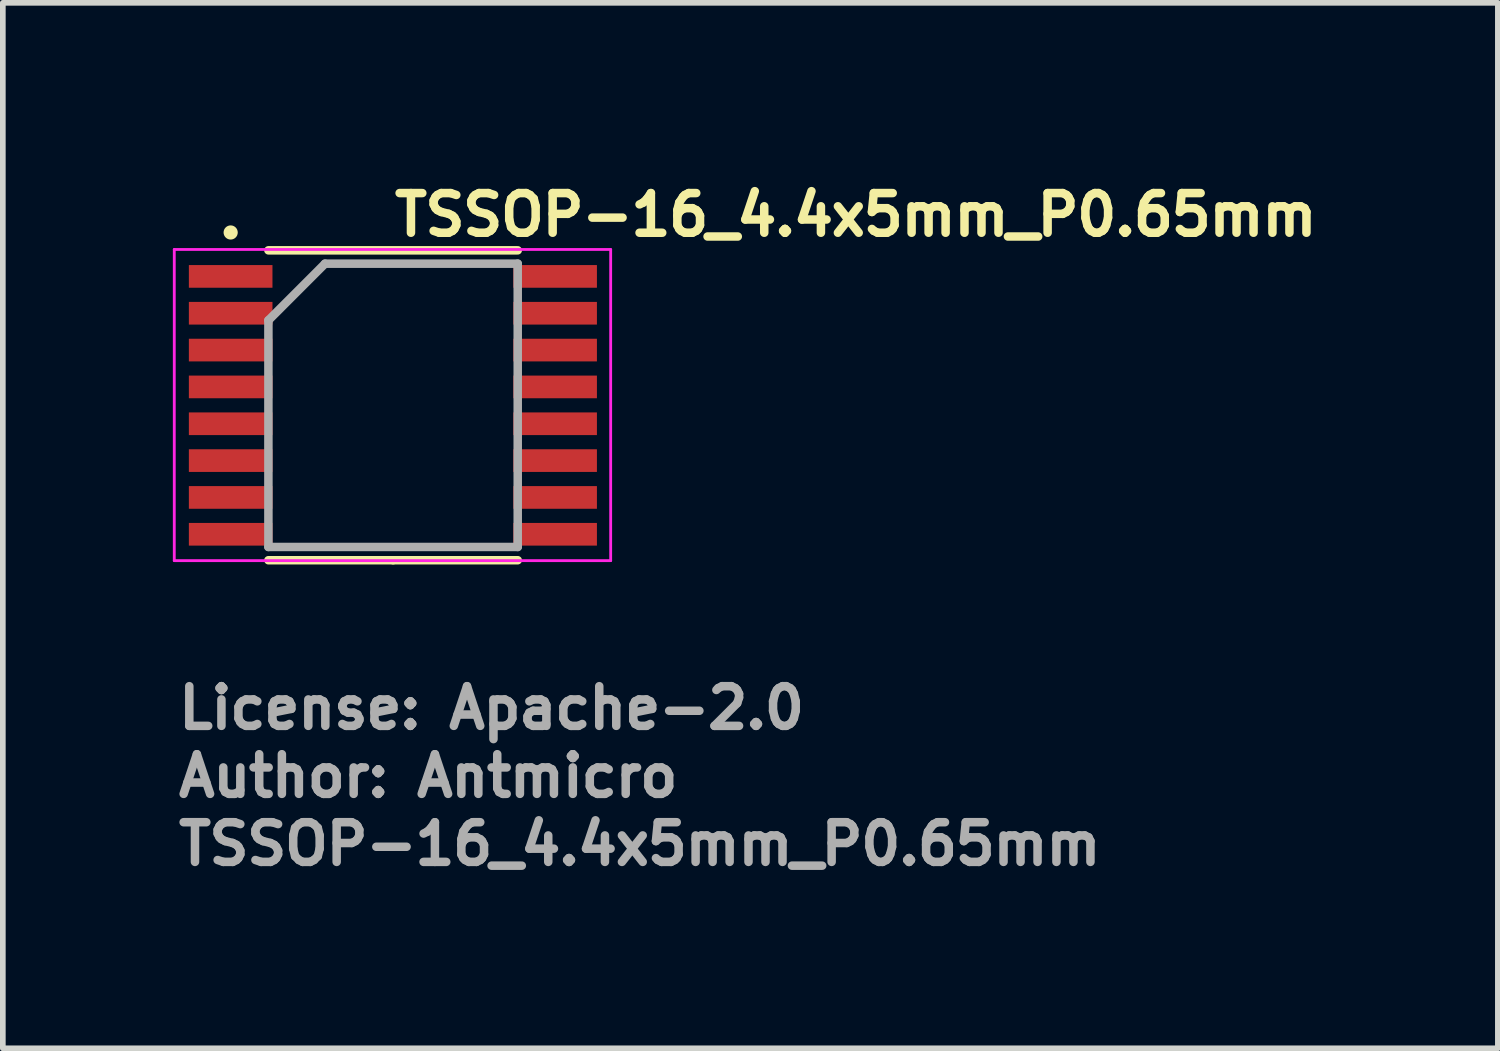
<source format=kicad_pcb>
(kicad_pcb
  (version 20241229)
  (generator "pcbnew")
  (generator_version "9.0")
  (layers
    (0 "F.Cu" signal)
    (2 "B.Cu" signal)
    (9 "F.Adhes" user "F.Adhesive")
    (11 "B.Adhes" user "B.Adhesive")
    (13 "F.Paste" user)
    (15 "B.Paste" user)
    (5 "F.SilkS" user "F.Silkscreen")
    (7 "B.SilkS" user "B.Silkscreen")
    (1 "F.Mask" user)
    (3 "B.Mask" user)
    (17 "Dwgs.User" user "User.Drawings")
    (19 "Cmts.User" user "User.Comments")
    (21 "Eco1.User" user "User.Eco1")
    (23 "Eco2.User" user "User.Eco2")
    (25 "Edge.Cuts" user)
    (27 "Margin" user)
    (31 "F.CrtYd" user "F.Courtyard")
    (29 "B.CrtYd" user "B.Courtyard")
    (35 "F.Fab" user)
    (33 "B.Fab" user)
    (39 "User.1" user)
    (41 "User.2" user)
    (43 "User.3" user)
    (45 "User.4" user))
  (footprint "TSSOP-16_4.4x5mm_P0.65mm"
    (layer "F.Cu")
    (at 3.835 4.102)
    (property "Reference" "TSSOP-16_4.4x5mm_P0.65mm" (at 0.001 -2.952 0) (layer "F.SilkS") (effects (font (size 0.7 0.7) (thickness 0.15)) (justify left bottom)))
    (attr smd)
    (fp_line (start -2.149 -2.735) (end 2.25 -2.735) (stroke (width 0.15) (type solid)) (layer "F.SilkS"))
    (fp_line (start 0.051 2.733) (end -2.149 2.733) (stroke (width 0.15) (type solid)) (layer "F.SilkS"))
    (fp_line (start 0.051 2.733) (end 2.25 2.733) (stroke (width 0.15) (type solid)) (layer "F.SilkS"))
    (fp_circle (center -2.815 -3.05) (end -2.765 -3.05) (stroke (width 0.15) (type solid)) (fill yes) (layer "F.SilkS"))
    (fp_line (start -3.81 -2.75) (end -3.81 2.74) (stroke (width 0.05) (type solid)) (layer "F.CrtYd"))
    (fp_line (start -3.81 2.74) (end 3.89 2.74) (stroke (width 0.05) (type solid)) (layer "F.CrtYd"))
    (fp_line (start 3.89 -2.75) (end -3.81 -2.75) (stroke (width 0.05) (type solid)) (layer "F.CrtYd"))
    (fp_line (start 3.89 2.74) (end 3.89 -2.75) (stroke (width 0.05) (type solid)) (layer "F.CrtYd"))
    (fp_line (start -2.149 -1.5) (end -1.15 -2.5) (stroke (width 0.15) (type solid)) (layer "F.Fab"))
    (fp_line (start -2.149 2.499) (end -2.149 -1.5) (stroke (width 0.15) (type solid)) (layer "F.Fab"))
    (fp_line (start -1.15 -2.5) (end 2.25 -2.5) (stroke (width 0.15) (type solid)) (layer "F.Fab"))
    (fp_line (start 2.25 -2.5) (end 2.25 2.499) (stroke (width 0.15) (type solid)) (layer "F.Fab"))
    (fp_line (start 2.25 2.499) (end -2.149 2.499) (stroke (width 0.15) (type solid)) (layer "F.Fab"))
    (fp_rect (start -3.201 -2.5) (end 3.201 2.499) (stroke (width 0.1) (type solid)) (fill no) (layer "User.5"))
    (fp_line (start -3.201 -2.153) (end -3.201 -2.399) (stroke (width 0.02) (type solid)) (layer "User.9"))
    (fp_line (start -3.201 -1.504) (end -3.201 -1.748) (stroke (width 0.02) (type solid)) (layer "User.9"))
    (fp_line (start -3.201 -0.853) (end -3.201 -1.099) (stroke (width 0.02) (type solid)) (layer "User.9"))
    (fp_line (start -3.201 -0.204) (end -3.201 -0.448) (stroke (width 0.02) (type solid)) (layer "User.9"))
    (fp_line (start -3.201 0.446) (end -3.201 0.202) (stroke (width 0.02) (type solid)) (layer "User.9"))
    (fp_line (start -3.201 1.096) (end -3.201 0.851) (stroke (width 0.02) (type solid)) (layer "User.9"))
    (fp_line (start -3.201 1.747) (end -3.201 1.501) (stroke (width 0.02) (type solid)) (layer "User.9"))
    (fp_line (start -3.201 2.397) (end -3.201 2.152) (stroke (width 0.02) (type solid)) (layer "User.9"))
    (fp_line (start -2.826 -2.399) (end -3.201 -2.399) (stroke (width 0.02) (type solid)) (layer "User.9"))
    (fp_line (start -2.826 -2.153) (end -3.201 -2.153) (stroke (width 0.02) (type solid)) (layer "User.9"))
    (fp_line (start -2.826 -1.748) (end -3.201 -1.748) (stroke (width 0.02) (type solid)) (layer "User.9"))
    (fp_line (start -2.826 -1.504) (end -3.201 -1.504) (stroke (width 0.02) (type solid)) (layer "User.9"))
    (fp_line (start -2.826 -1.099) (end -3.201 -1.099) (stroke (width 0.02) (type solid)) (layer "User.9"))
    (fp_line (start -2.826 -0.853) (end -3.201 -0.853) (stroke (width 0.02) (type solid)) (layer "User.9"))
    (fp_line (start -2.826 -0.448) (end -3.201 -0.448) (stroke (width 0.02) (type solid)) (layer "User.9"))
    (fp_line (start -2.826 -0.204) (end -3.201 -0.204) (stroke (width 0.02) (type solid)) (layer "User.9"))
    (fp_line (start -2.826 0.202) (end -3.201 0.202) (stroke (width 0.02) (type solid)) (layer "User.9"))
    (fp_line (start -2.826 0.446) (end -3.201 0.446) (stroke (width 0.02) (type solid)) (layer "User.9"))
    (fp_line (start -2.826 0.851) (end -3.201 0.851) (stroke (width 0.02) (type solid)) (layer "User.9"))
    (fp_line (start -2.826 1.096) (end -3.201 1.096) (stroke (width 0.02) (type solid)) (layer "User.9"))
    (fp_line (start -2.826 1.501) (end -3.201 1.501) (stroke (width 0.02) (type solid)) (layer "User.9"))
    (fp_line (start -2.826 1.747) (end -3.201 1.747) (stroke (width 0.02) (type solid)) (layer "User.9"))
    (fp_line (start -2.826 2.152) (end -3.201 2.152) (stroke (width 0.02) (type solid)) (layer "User.9"))
    (fp_line (start -2.826 2.397) (end -3.201 2.397) (stroke (width 0.02) (type solid)) (layer "User.9"))
    (fp_line (start -2.724 -2.399) (end -2.826 -2.399) (stroke (width 0.02) (type solid)) (layer "User.9"))
    (fp_line (start -2.724 -2.153) (end -2.826 -2.153) (stroke (width 0.02) (type solid)) (layer "User.9"))
    (fp_line (start -2.724 -1.748) (end -2.826 -1.748) (stroke (width 0.02) (type solid)) (layer "User.9"))
    (fp_line (start -2.724 -1.504) (end -2.826 -1.504) (stroke (width 0.02) (type solid)) (layer "User.9"))
    (fp_line (start -2.724 -1.099) (end -2.826 -1.099) (stroke (width 0.02) (type solid)) (layer "User.9"))
    (fp_line (start -2.724 -0.853) (end -2.826 -0.853) (stroke (width 0.02) (type solid)) (layer "User.9"))
    (fp_line (start -2.724 -0.448) (end -2.826 -0.448) (stroke (width 0.02) (type solid)) (layer "User.9"))
    (fp_line (start -2.724 -0.204) (end -2.826 -0.204) (stroke (width 0.02) (type solid)) (layer "User.9"))
    (fp_line (start -2.724 0.202) (end -2.826 0.202) (stroke (width 0.02) (type solid)) (layer "User.9"))
    (fp_line (start -2.724 0.446) (end -2.826 0.446) (stroke (width 0.02) (type solid)) (layer "User.9"))
    (fp_line (start -2.724 0.851) (end -2.826 0.851) (stroke (width 0.02) (type solid)) (layer "User.9"))
    (fp_line (start -2.724 1.096) (end -2.826 1.096) (stroke (width 0.02) (type solid)) (layer "User.9"))
    (fp_line (start -2.724 1.501) (end -2.826 1.501) (stroke (width 0.02) (type solid)) (layer "User.9"))
    (fp_line (start -2.724 1.747) (end -2.826 1.747) (stroke (width 0.02) (type solid)) (layer "User.9"))
    (fp_line (start -2.724 2.152) (end -2.826 2.152) (stroke (width 0.02) (type solid)) (layer "User.9"))
    (fp_line (start -2.724 2.397) (end -2.826 2.397) (stroke (width 0.02) (type solid)) (layer "User.9"))
    (fp_line (start -2.688 -2.399) (end -2.724 -2.399) (stroke (width 0.02) (type solid)) (layer "User.9"))
    (fp_line (start -2.688 -2.153) (end -2.724 -2.153) (stroke (width 0.02) (type solid)) (layer "User.9"))
    (fp_line (start -2.688 -1.748) (end -2.724 -1.748) (stroke (width 0.02) (type solid)) (layer "User.9"))
    (fp_line (start -2.688 -1.504) (end -2.724 -1.504) (stroke (width 0.02) (type solid)) (layer "User.9"))
    (fp_line (start -2.688 -1.099) (end -2.724 -1.099) (stroke (width 0.02) (type solid)) (layer "User.9"))
    (fp_line (start -2.688 -0.853) (end -2.724 -0.853) (stroke (width 0.02) (type solid)) (layer "User.9"))
    (fp_line (start -2.688 -0.448) (end -2.724 -0.448) (stroke (width 0.02) (type solid)) (layer "User.9"))
    (fp_line (start -2.688 -0.204) (end -2.724 -0.204) (stroke (width 0.02) (type solid)) (layer "User.9"))
    (fp_line (start -2.688 0.202) (end -2.724 0.202) (stroke (width 0.02) (type solid)) (layer "User.9"))
    (fp_line (start -2.688 0.446) (end -2.724 0.446) (stroke (width 0.02) (type solid)) (layer "User.9"))
    (fp_line (start -2.688 0.851) (end -2.724 0.851) (stroke (width 0.02) (type solid)) (layer "User.9"))
    (fp_line (start -2.688 1.096) (end -2.724 1.096) (stroke (width 0.02) (type solid)) (layer "User.9"))
    (fp_line (start -2.688 1.501) (end -2.724 1.501) (stroke (width 0.02) (type solid)) (layer "User.9"))
    (fp_line (start -2.688 1.747) (end -2.724 1.747) (stroke (width 0.02) (type solid)) (layer "User.9"))
    (fp_line (start -2.688 2.152) (end -2.724 2.152) (stroke (width 0.02) (type solid)) (layer "User.9"))
    (fp_line (start -2.688 2.397) (end -2.724 2.397) (stroke (width 0.02) (type solid)) (layer "User.9"))
    (fp_line (start -2.43 -2.399) (end -2.688 -2.399) (stroke (width 0.02) (type solid)) (layer "User.9"))
    (fp_line (start -2.43 -2.153) (end -2.688 -2.153) (stroke (width 0.02) (type solid)) (layer "User.9"))
    (fp_line (start -2.43 -1.748) (end -2.688 -1.748) (stroke (width 0.02) (type solid)) (layer "User.9"))
    (fp_line (start -2.43 -1.504) (end -2.688 -1.504) (stroke (width 0.02) (type solid)) (layer "User.9"))
    (fp_line (start -2.43 -1.099) (end -2.688 -1.099) (stroke (width 0.02) (type solid)) (layer "User.9"))
    (fp_line (start -2.43 -0.853) (end -2.688 -0.853) (stroke (width 0.02) (type solid)) (layer "User.9"))
    (fp_line (start -2.43 -0.448) (end -2.688 -0.448) (stroke (width 0.02) (type solid)) (layer "User.9"))
    (fp_line (start -2.43 -0.204) (end -2.688 -0.204) (stroke (width 0.02) (type solid)) (layer "User.9"))
    (fp_line (start -2.43 0.202) (end -2.688 0.202) (stroke (width 0.02) (type solid)) (layer "User.9"))
    (fp_line (start -2.43 0.446) (end -2.688 0.446) (stroke (width 0.02) (type solid)) (layer "User.9"))
    (fp_line (start -2.43 0.851) (end -2.688 0.851) (stroke (width 0.02) (type solid)) (layer "User.9"))
    (fp_line (start -2.43 1.096) (end -2.688 1.096) (stroke (width 0.02) (type solid)) (layer "User.9"))
    (fp_line (start -2.43 1.501) (end -2.688 1.501) (stroke (width 0.02) (type solid)) (layer "User.9"))
    (fp_line (start -2.43 1.747) (end -2.688 1.747) (stroke (width 0.02) (type solid)) (layer "User.9"))
    (fp_line (start -2.43 2.152) (end -2.688 2.152) (stroke (width 0.02) (type solid)) (layer "User.9"))
    (fp_line (start -2.43 2.397) (end -2.688 2.397) (stroke (width 0.02) (type solid)) (layer "User.9"))
    (fp_line (start -2.201 -2.5) (end -2.201 2.499) (stroke (width 0.02) (type solid)) (layer "User.9"))
    (fp_line (start -2.201 -2.399) (end -2.43 -2.399) (stroke (width 0.02) (type solid)) (layer "User.9"))
    (fp_line (start -2.201 -2.153) (end -2.43 -2.153) (stroke (width 0.02) (type solid)) (layer "User.9"))
    (fp_line (start -2.201 -2.153) (end -2.201 -2.399) (stroke (width 0.02) (type solid)) (layer "User.9"))
    (fp_line (start -2.201 -1.748) (end -2.43 -1.748) (stroke (width 0.02) (type solid)) (layer "User.9"))
    (fp_line (start -2.201 -1.504) (end -2.43 -1.504) (stroke (width 0.02) (type solid)) (layer "User.9"))
    (fp_line (start -2.201 -1.504) (end -2.201 -1.748) (stroke (width 0.02) (type solid)) (layer "User.9"))
    (fp_line (start -2.201 -1.099) (end -2.43 -1.099) (stroke (width 0.02) (type solid)) (layer "User.9"))
    (fp_line (start -2.201 -0.853) (end -2.43 -0.853) (stroke (width 0.02) (type solid)) (layer "User.9"))
    (fp_line (start -2.201 -0.853) (end -2.201 -1.099) (stroke (width 0.02) (type solid)) (layer "User.9"))
    (fp_line (start -2.201 -0.448) (end -2.43 -0.448) (stroke (width 0.02) (type solid)) (layer "User.9"))
    (fp_line (start -2.201 -0.204) (end -2.43 -0.204) (stroke (width 0.02) (type solid)) (layer "User.9"))
    (fp_line (start -2.201 -0.204) (end -2.201 -0.448) (stroke (width 0.02) (type solid)) (layer "User.9"))
    (fp_line (start -2.201 0.202) (end -2.43 0.202) (stroke (width 0.02) (type solid)) (layer "User.9"))
    (fp_line (start -2.201 0.446) (end -2.43 0.446) (stroke (width 0.02) (type solid)) (layer "User.9"))
    (fp_line (start -2.201 0.446) (end -2.201 0.202) (stroke (width 0.02) (type solid)) (layer "User.9"))
    (fp_line (start -2.201 0.851) (end -2.43 0.851) (stroke (width 0.02) (type solid)) (layer "User.9"))
    (fp_line (start -2.201 1.096) (end -2.43 1.096) (stroke (width 0.02) (type solid)) (layer "User.9"))
    (fp_line (start -2.201 1.096) (end -2.201 0.851) (stroke (width 0.02) (type solid)) (layer "User.9"))
    (fp_line (start -2.201 1.501) (end -2.43 1.501) (stroke (width 0.02) (type solid)) (layer "User.9"))
    (fp_line (start -2.201 1.747) (end -2.43 1.747) (stroke (width 0.02) (type solid)) (layer "User.9"))
    (fp_line (start -2.201 1.747) (end -2.201 1.501) (stroke (width 0.02) (type solid)) (layer "User.9"))
    (fp_line (start -2.201 2.152) (end -2.43 2.152) (stroke (width 0.02) (type solid)) (layer "User.9"))
    (fp_line (start -2.201 2.397) (end -2.43 2.397) (stroke (width 0.02) (type solid)) (layer "User.9"))
    (fp_line (start -2.201 2.397) (end -2.201 2.152) (stroke (width 0.02) (type solid)) (layer "User.9"))
    (fp_line (start -2.201 2.499) (end 2.201 2.499) (stroke (width 0.02) (type solid)) (layer "User.9"))
    (fp_line (start -2.136 -2.437) (end -2.201 -2.5) (stroke (width 0.02) (type solid)) (layer "User.9"))
    (fp_line (start -2.136 -2.437) (end -2.136 2.435) (stroke (width 0.02) (type solid)) (layer "User.9"))
    (fp_line (start -2.136 2.435) (end -2.201 2.499) (stroke (width 0.02) (type solid)) (layer "User.9"))
    (fp_line (start -2.136 2.435) (end 2.137 2.435) (stroke (width 0.02) (type solid)) (layer "User.9"))
    (fp_line (start -1.775 -1.819) (end -1.775 -1.801) (stroke (width 0.02) (type solid)) (layer "User.9"))
    (fp_line (start -1.775 -1.819) (end -1.775 -1.801) (stroke (width 0.02) (type solid)) (layer "User.9"))
    (fp_line (start -1.775 -1.801) (end -1.775 -1.784) (stroke (width 0.02) (type solid)) (layer "User.9"))
    (fp_line (start -1.775 -1.801) (end -1.775 -1.784) (stroke (width 0.02) (type solid)) (layer "User.9"))
    (fp_line (start -1.775 -1.784) (end -1.773 -1.766) (stroke (width 0.02) (type solid)) (layer "User.9"))
    (fp_line (start -1.775 -1.784) (end -1.773 -1.766) (stroke (width 0.02) (type solid)) (layer "User.9"))
    (fp_line (start -1.773 -1.837) (end -1.775 -1.819) (stroke (width 0.02) (type solid)) (layer "User.9"))
    (fp_line (start -1.773 -1.837) (end -1.775 -1.819) (stroke (width 0.02) (type solid)) (layer "User.9"))
    (fp_line (start -1.773 -1.766) (end -1.769 -1.748) (stroke (width 0.02) (type solid)) (layer "User.9"))
    (fp_line (start -1.773 -1.766) (end -1.769 -1.748) (stroke (width 0.02) (type solid)) (layer "User.9"))
    (fp_line (start -1.769 -1.855) (end -1.773 -1.837) (stroke (width 0.02) (type solid)) (layer "User.9"))
    (fp_line (start -1.769 -1.855) (end -1.773 -1.837) (stroke (width 0.02) (type solid)) (layer "User.9"))
    (fp_line (start -1.769 -1.748) (end -1.765 -1.73) (stroke (width 0.02) (type solid)) (layer "User.9"))
    (fp_line (start -1.769 -1.748) (end -1.765 -1.73) (stroke (width 0.02) (type solid)) (layer "User.9"))
    (fp_line (start -1.765 -1.871) (end -1.769 -1.855) (stroke (width 0.02) (type solid)) (layer "User.9"))
    (fp_line (start -1.765 -1.871) (end -1.769 -1.855) (stroke (width 0.02) (type solid)) (layer "User.9"))
    (fp_line (start -1.765 -1.73) (end -1.761 -1.714) (stroke (width 0.02) (type solid)) (layer "User.9"))
    (fp_line (start -1.765 -1.73) (end -1.761 -1.714) (stroke (width 0.02) (type solid)) (layer "User.9"))
    (fp_line (start -1.761 -1.889) (end -1.765 -1.871) (stroke (width 0.02) (type solid)) (layer "User.9"))
    (fp_line (start -1.761 -1.889) (end -1.765 -1.871) (stroke (width 0.02) (type solid)) (layer "User.9"))
    (fp_line (start -1.761 -1.714) (end -1.755 -1.696) (stroke (width 0.02) (type solid)) (layer "User.9"))
    (fp_line (start -1.761 -1.714) (end -1.755 -1.696) (stroke (width 0.02) (type solid)) (layer "User.9"))
    (fp_line (start -1.755 -1.905) (end -1.761 -1.889) (stroke (width 0.02) (type solid)) (layer "User.9"))
    (fp_line (start -1.755 -1.905) (end -1.761 -1.889) (stroke (width 0.02) (type solid)) (layer "User.9"))
    (fp_line (start -1.755 -1.696) (end -1.747 -1.68) (stroke (width 0.02) (type solid)) (layer "User.9"))
    (fp_line (start -1.755 -1.696) (end -1.747 -1.68) (stroke (width 0.02) (type solid)) (layer "User.9"))
    (fp_line (start -1.747 -1.922) (end -1.755 -1.905) (stroke (width 0.02) (type solid)) (layer "User.9"))
    (fp_line (start -1.747 -1.922) (end -1.755 -1.905) (stroke (width 0.02) (type solid)) (layer "User.9"))
    (fp_line (start -1.747 -1.68) (end -1.739 -1.663) (stroke (width 0.02) (type solid)) (layer "User.9"))
    (fp_line (start -1.747 -1.68) (end -1.739 -1.663) (stroke (width 0.02) (type solid)) (layer "User.9"))
    (fp_line (start -1.739 -1.938) (end -1.747 -1.922) (stroke (width 0.02) (type solid)) (layer "User.9"))
    (fp_line (start -1.739 -1.938) (end -1.747 -1.922) (stroke (width 0.02) (type solid)) (layer "User.9"))
    (fp_line (start -1.739 -1.938) (end -1.739 -1.938) (stroke (width 0.02) (type solid)) (layer "User.9"))
    (fp_line (start -1.739 -1.938) (end -1.739 -1.938) (stroke (width 0.02) (type solid)) (layer "User.9"))
    (fp_line (start -1.739 -1.663) (end -1.739 -1.663) (stroke (width 0.02) (type solid)) (layer "User.9"))
    (fp_line (start -1.739 -1.663) (end -1.739 -1.663) (stroke (width 0.02) (type solid)) (layer "User.9"))
    (fp_line (start -1.739 -1.663) (end -1.733 -1.655) (stroke (width 0.02) (type solid)) (layer "User.9"))
    (fp_line (start -1.739 -1.663) (end -1.733 -1.655) (stroke (width 0.02) (type solid)) (layer "User.9"))
    (fp_line (start -1.733 -1.655) (end -1.729 -1.647) (stroke (width 0.02) (type solid)) (layer "User.9"))
    (fp_line (start -1.733 -1.655) (end -1.729 -1.647) (stroke (width 0.02) (type solid)) (layer "User.9"))
    (fp_line (start -1.729 -1.954) (end -1.739 -1.938) (stroke (width 0.02) (type solid)) (layer "User.9"))
    (fp_line (start -1.729 -1.954) (end -1.739 -1.938) (stroke (width 0.02) (type solid)) (layer "User.9"))
    (fp_line (start -1.729 -1.647) (end -1.723 -1.641) (stroke (width 0.02) (type solid)) (layer "User.9"))
    (fp_line (start -1.729 -1.647) (end -1.723 -1.641) (stroke (width 0.02) (type solid)) (layer "User.9"))
    (fp_line (start -1.723 -1.641) (end -1.717 -1.633) (stroke (width 0.02) (type solid)) (layer "User.9"))
    (fp_line (start -1.723 -1.641) (end -1.717 -1.633) (stroke (width 0.02) (type solid)) (layer "User.9"))
    (fp_line (start -1.717 -1.968) (end -1.729 -1.954) (stroke (width 0.02) (type solid)) (layer "User.9"))
    (fp_line (start -1.717 -1.968) (end -1.729 -1.954) (stroke (width 0.02) (type solid)) (layer "User.9"))
    (fp_line (start -1.717 -1.633) (end -1.713 -1.627) (stroke (width 0.02) (type solid)) (layer "User.9"))
    (fp_line (start -1.717 -1.633) (end -1.713 -1.627) (stroke (width 0.02) (type solid)) (layer "User.9"))
    (fp_line (start -1.713 -1.627) (end -1.707 -1.619) (stroke (width 0.02) (type solid)) (layer "User.9"))
    (fp_line (start -1.713 -1.627) (end -1.707 -1.619) (stroke (width 0.02) (type solid)) (layer "User.9"))
    (fp_line (start -1.707 -1.982) (end -1.717 -1.968) (stroke (width 0.02) (type solid)) (layer "User.9"))
    (fp_line (start -1.707 -1.982) (end -1.717 -1.968) (stroke (width 0.02) (type solid)) (layer "User.9"))
    (fp_line (start -1.707 -1.619) (end -1.701 -1.613) (stroke (width 0.02) (type solid)) (layer "User.9"))
    (fp_line (start -1.707 -1.619) (end -1.701 -1.613) (stroke (width 0.02) (type solid)) (layer "User.9"))
    (fp_line (start -1.701 -1.613) (end -1.695 -1.607) (stroke (width 0.02) (type solid)) (layer "User.9"))
    (fp_line (start -1.701 -1.613) (end -1.695 -1.607) (stroke (width 0.02) (type solid)) (layer "User.9"))
    (fp_line (start -1.695 -1.996) (end -1.707 -1.982) (stroke (width 0.02) (type solid)) (layer "User.9"))
    (fp_line (start -1.695 -1.996) (end -1.707 -1.982) (stroke (width 0.02) (type solid)) (layer "User.9"))
    (fp_line (start -1.695 -1.607) (end -1.687 -1.599) (stroke (width 0.02) (type solid)) (layer "User.9"))
    (fp_line (start -1.695 -1.607) (end -1.687 -1.599) (stroke (width 0.02) (type solid)) (layer "User.9"))
    (fp_line (start -1.687 -1.599) (end -1.681 -1.593) (stroke (width 0.02) (type solid)) (layer "User.9"))
    (fp_line (start -1.687 -1.599) (end -1.681 -1.593) (stroke (width 0.02) (type solid)) (layer "User.9"))
    (fp_line (start -1.681 -2.008) (end -1.695 -1.996) (stroke (width 0.02) (type solid)) (layer "User.9"))
    (fp_line (start -1.681 -2.008) (end -1.695 -1.996) (stroke (width 0.02) (type solid)) (layer "User.9"))
    (fp_line (start -1.681 -1.593) (end -1.675 -1.589) (stroke (width 0.02) (type solid)) (layer "User.9"))
    (fp_line (start -1.681 -1.593) (end -1.675 -1.589) (stroke (width 0.02) (type solid)) (layer "User.9"))
    (fp_line (start -1.675 -1.589) (end -1.667 -1.583) (stroke (width 0.02) (type solid)) (layer "User.9"))
    (fp_line (start -1.675 -1.589) (end -1.667 -1.583) (stroke (width 0.02) (type solid)) (layer "User.9"))
    (fp_line (start -1.667 -2.02) (end -1.681 -2.008) (stroke (width 0.02) (type solid)) (layer "User.9"))
    (fp_line (start -1.667 -2.02) (end -1.681 -2.008) (stroke (width 0.02) (type solid)) (layer "User.9"))
    (fp_line (start -1.667 -1.583) (end -1.66 -1.577) (stroke (width 0.02) (type solid)) (layer "User.9"))
    (fp_line (start -1.667 -1.583) (end -1.66 -1.577) (stroke (width 0.02) (type solid)) (layer "User.9"))
    (fp_line (start -1.66 -1.577) (end -1.652 -1.573) (stroke (width 0.02) (type solid)) (layer "User.9"))
    (fp_line (start -1.66 -1.577) (end -1.652 -1.573) (stroke (width 0.02) (type solid)) (layer "User.9"))
    (fp_line (start -1.652 -2.029) (end -1.667 -2.02) (stroke (width 0.02) (type solid)) (layer "User.9"))
    (fp_line (start -1.652 -2.029) (end -1.667 -2.02) (stroke (width 0.02) (type solid)) (layer "User.9"))
    (fp_line (start -1.652 -1.573) (end -1.646 -1.567) (stroke (width 0.02) (type solid)) (layer "User.9"))
    (fp_line (start -1.652 -1.573) (end -1.646 -1.567) (stroke (width 0.02) (type solid)) (layer "User.9"))
    (fp_line (start -1.646 -1.567) (end -1.638 -1.563) (stroke (width 0.02) (type solid)) (layer "User.9"))
    (fp_line (start -1.646 -1.567) (end -1.638 -1.563) (stroke (width 0.02) (type solid)) (layer "User.9"))
    (fp_line (start -1.638 -2.04) (end -1.652 -2.029) (stroke (width 0.02) (type solid)) (layer "User.9"))
    (fp_line (start -1.638 -2.04) (end -1.652 -2.029) (stroke (width 0.02) (type solid)) (layer "User.9"))
    (fp_line (start -1.638 -1.563) (end -1.63 -1.559) (stroke (width 0.02) (type solid)) (layer "User.9"))
    (fp_line (start -1.638 -1.563) (end -1.63 -1.559) (stroke (width 0.02) (type solid)) (layer "User.9"))
    (fp_line (start -1.63 -1.559) (end -1.622 -1.555) (stroke (width 0.02) (type solid)) (layer "User.9"))
    (fp_line (start -1.63 -1.559) (end -1.622 -1.555) (stroke (width 0.02) (type solid)) (layer "User.9"))
    (fp_line (start -1.622 -2.048) (end -1.638 -2.04) (stroke (width 0.02) (type solid)) (layer "User.9"))
    (fp_line (start -1.622 -2.048) (end -1.638 -2.04) (stroke (width 0.02) (type solid)) (layer "User.9"))
    (fp_line (start -1.622 -1.555) (end -1.614 -1.551) (stroke (width 0.02) (type solid)) (layer "User.9"))
    (fp_line (start -1.622 -1.555) (end -1.614 -1.551) (stroke (width 0.02) (type solid)) (layer "User.9"))
    (fp_line (start -1.614 -1.551) (end -1.606 -1.547) (stroke (width 0.02) (type solid)) (layer "User.9"))
    (fp_line (start -1.614 -1.551) (end -1.606 -1.547) (stroke (width 0.02) (type solid)) (layer "User.9"))
    (fp_line (start -1.606 -2.054) (end -1.622 -2.048) (stroke (width 0.02) (type solid)) (layer "User.9"))
    (fp_line (start -1.606 -2.054) (end -1.622 -2.048) (stroke (width 0.02) (type solid)) (layer "User.9"))
    (fp_line (start -1.606 -1.547) (end -1.598 -1.543) (stroke (width 0.02) (type solid)) (layer "User.9"))
    (fp_line (start -1.606 -1.547) (end -1.598 -1.543) (stroke (width 0.02) (type solid)) (layer "User.9"))
    (fp_line (start -1.598 -1.543) (end -1.588 -1.541) (stroke (width 0.02) (type solid)) (layer "User.9"))
    (fp_line (start -1.598 -1.543) (end -1.588 -1.541) (stroke (width 0.02) (type solid)) (layer "User.9"))
    (fp_line (start -1.588 -2.061) (end -1.606 -2.054) (stroke (width 0.02) (type solid)) (layer "User.9"))
    (fp_line (start -1.588 -2.061) (end -1.606 -2.054) (stroke (width 0.02) (type solid)) (layer "User.9"))
    (fp_line (start -1.588 -1.541) (end -1.58 -1.537) (stroke (width 0.02) (type solid)) (layer "User.9"))
    (fp_line (start -1.588 -1.541) (end -1.58 -1.537) (stroke (width 0.02) (type solid)) (layer "User.9"))
    (fp_line (start -1.58 -1.537) (end -1.572 -1.536) (stroke (width 0.02) (type solid)) (layer "User.9"))
    (fp_line (start -1.58 -1.537) (end -1.572 -1.536) (stroke (width 0.02) (type solid)) (layer "User.9"))
    (fp_line (start -1.572 -2.066) (end -1.588 -2.061) (stroke (width 0.02) (type solid)) (layer "User.9"))
    (fp_line (start -1.572 -2.066) (end -1.588 -2.061) (stroke (width 0.02) (type solid)) (layer "User.9"))
    (fp_line (start -1.572 -1.536) (end -1.564 -1.534) (stroke (width 0.02) (type solid)) (layer "User.9"))
    (fp_line (start -1.572 -1.536) (end -1.564 -1.534) (stroke (width 0.02) (type solid)) (layer "User.9"))
    (fp_line (start -1.564 -1.534) (end -1.554 -1.532) (stroke (width 0.02) (type solid)) (layer "User.9"))
    (fp_line (start -1.564 -1.534) (end -1.554 -1.532) (stroke (width 0.02) (type solid)) (layer "User.9"))
    (fp_line (start -1.554 -2.07) (end -1.572 -2.066) (stroke (width 0.02) (type solid)) (layer "User.9"))
    (fp_line (start -1.554 -2.07) (end -1.572 -2.066) (stroke (width 0.02) (type solid)) (layer "User.9"))
    (fp_line (start -1.554 -1.532) (end -1.546 -1.53) (stroke (width 0.02) (type solid)) (layer "User.9"))
    (fp_line (start -1.554 -1.532) (end -1.546 -1.53) (stroke (width 0.02) (type solid)) (layer "User.9"))
    (fp_line (start -1.546 -1.53) (end -1.536 -1.528) (stroke (width 0.02) (type solid)) (layer "User.9"))
    (fp_line (start -1.546 -1.53) (end -1.536 -1.528) (stroke (width 0.02) (type solid)) (layer "User.9"))
    (fp_line (start -1.536 -2.073) (end -1.554 -2.07) (stroke (width 0.02) (type solid)) (layer "User.9"))
    (fp_line (start -1.536 -2.073) (end -1.554 -2.07) (stroke (width 0.02) (type solid)) (layer "User.9"))
    (fp_line (start -1.536 -1.528) (end -1.527 -1.528) (stroke (width 0.02) (type solid)) (layer "User.9"))
    (fp_line (start -1.536 -1.528) (end -1.527 -1.528) (stroke (width 0.02) (type solid)) (layer "User.9"))
    (fp_line (start -1.527 -1.528) (end -1.519 -1.526) (stroke (width 0.02) (type solid)) (layer "User.9"))
    (fp_line (start -1.527 -1.528) (end -1.519 -1.526) (stroke (width 0.02) (type solid)) (layer "User.9"))
    (fp_line (start -1.519 -2.076) (end -1.536 -2.073) (stroke (width 0.02) (type solid)) (layer "User.9"))
    (fp_line (start -1.519 -2.076) (end -1.536 -2.073) (stroke (width 0.02) (type solid)) (layer "User.9"))
    (fp_line (start -1.519 -1.526) (end -1.509 -1.526) (stroke (width 0.02) (type solid)) (layer "User.9"))
    (fp_line (start -1.519 -1.526) (end -1.509 -1.526) (stroke (width 0.02) (type solid)) (layer "User.9"))
    (fp_line (start -1.509 -1.526) (end -1.499 -1.526) (stroke (width 0.02) (type solid)) (layer "User.9"))
    (fp_line (start -1.509 -1.526) (end -1.499 -1.526) (stroke (width 0.02) (type solid)) (layer "User.9"))
    (fp_line (start -1.499 -2.077) (end -1.519 -2.076) (stroke (width 0.02) (type solid)) (layer "User.9"))
    (fp_line (start -1.499 -2.077) (end -1.519 -2.076) (stroke (width 0.02) (type solid)) (layer "User.9"))
    (fp_line (start -1.499 -1.526) (end -1.481 -1.526) (stroke (width 0.02) (type solid)) (layer "User.9"))
    (fp_line (start -1.499 -1.526) (end -1.481 -1.526) (stroke (width 0.02) (type solid)) (layer "User.9"))
    (fp_line (start -1.491 -2.076) (end -1.499 -2.077) (stroke (width 0.02) (type solid)) (layer "User.9"))
    (fp_line (start -1.491 -2.076) (end -1.499 -2.077) (stroke (width 0.02) (type solid)) (layer "User.9"))
    (fp_line (start -1.481 -2.076) (end -1.491 -2.076) (stroke (width 0.02) (type solid)) (layer "User.9"))
    (fp_line (start -1.481 -2.076) (end -1.491 -2.076) (stroke (width 0.02) (type solid)) (layer "User.9"))
    (fp_line (start -1.481 -1.526) (end -1.463 -1.528) (stroke (width 0.02) (type solid)) (layer "User.9"))
    (fp_line (start -1.481 -1.526) (end -1.463 -1.528) (stroke (width 0.02) (type solid)) (layer "User.9"))
    (fp_line (start -1.473 -2.074) (end -1.481 -2.076) (stroke (width 0.02) (type solid)) (layer "User.9"))
    (fp_line (start -1.473 -2.074) (end -1.481 -2.076) (stroke (width 0.02) (type solid)) (layer "User.9"))
    (fp_line (start -1.463 -2.073) (end -1.473 -2.074) (stroke (width 0.02) (type solid)) (layer "User.9"))
    (fp_line (start -1.463 -2.073) (end -1.473 -2.074) (stroke (width 0.02) (type solid)) (layer "User.9"))
    (fp_line (start -1.463 -1.528) (end -1.445 -1.532) (stroke (width 0.02) (type solid)) (layer "User.9"))
    (fp_line (start -1.463 -1.528) (end -1.445 -1.532) (stroke (width 0.02) (type solid)) (layer "User.9"))
    (fp_line (start -1.455 -2.073) (end -1.463 -2.073) (stroke (width 0.02) (type solid)) (layer "User.9"))
    (fp_line (start -1.455 -2.073) (end -1.463 -2.073) (stroke (width 0.02) (type solid)) (layer "User.9"))
    (fp_line (start -1.445 -2.07) (end -1.455 -2.073) (stroke (width 0.02) (type solid)) (layer "User.9"))
    (fp_line (start -1.445 -2.07) (end -1.455 -2.073) (stroke (width 0.02) (type solid)) (layer "User.9"))
    (fp_line (start -1.445 -1.532) (end -1.429 -1.536) (stroke (width 0.02) (type solid)) (layer "User.9"))
    (fp_line (start -1.445 -1.532) (end -1.429 -1.536) (stroke (width 0.02) (type solid)) (layer "User.9"))
    (fp_line (start -1.437 -2.069) (end -1.445 -2.07) (stroke (width 0.02) (type solid)) (layer "User.9"))
    (fp_line (start -1.437 -2.069) (end -1.445 -2.07) (stroke (width 0.02) (type solid)) (layer "User.9"))
    (fp_line (start -1.429 -2.066) (end -1.437 -2.069) (stroke (width 0.02) (type solid)) (layer "User.9"))
    (fp_line (start -1.429 -2.066) (end -1.437 -2.069) (stroke (width 0.02) (type solid)) (layer "User.9"))
    (fp_line (start -1.429 -1.536) (end -1.411 -1.541) (stroke (width 0.02) (type solid)) (layer "User.9"))
    (fp_line (start -1.429 -1.536) (end -1.411 -1.541) (stroke (width 0.02) (type solid)) (layer "User.9"))
    (fp_line (start -1.419 -2.065) (end -1.429 -2.066) (stroke (width 0.02) (type solid)) (layer "User.9"))
    (fp_line (start -1.419 -2.065) (end -1.429 -2.066) (stroke (width 0.02) (type solid)) (layer "User.9"))
    (fp_line (start -1.411 -2.061) (end -1.419 -2.065) (stroke (width 0.02) (type solid)) (layer "User.9"))
    (fp_line (start -1.411 -2.061) (end -1.419 -2.065) (stroke (width 0.02) (type solid)) (layer "User.9"))
    (fp_line (start -1.411 -1.541) (end -1.394 -1.547) (stroke (width 0.02) (type solid)) (layer "User.9"))
    (fp_line (start -1.411 -1.541) (end -1.394 -1.547) (stroke (width 0.02) (type solid)) (layer "User.9"))
    (fp_line (start -1.402 -2.058) (end -1.411 -2.061) (stroke (width 0.02) (type solid)) (layer "User.9"))
    (fp_line (start -1.402 -2.058) (end -1.411 -2.061) (stroke (width 0.02) (type solid)) (layer "User.9"))
    (fp_line (start -1.394 -2.054) (end -1.402 -2.058) (stroke (width 0.02) (type solid)) (layer "User.9"))
    (fp_line (start -1.394 -2.054) (end -1.402 -2.058) (stroke (width 0.02) (type solid)) (layer "User.9"))
    (fp_line (start -1.394 -1.547) (end -1.378 -1.555) (stroke (width 0.02) (type solid)) (layer "User.9"))
    (fp_line (start -1.394 -1.547) (end -1.378 -1.555) (stroke (width 0.02) (type solid)) (layer "User.9"))
    (fp_line (start -1.386 -2.052) (end -1.394 -2.054) (stroke (width 0.02) (type solid)) (layer "User.9"))
    (fp_line (start -1.386 -2.052) (end -1.394 -2.054) (stroke (width 0.02) (type solid)) (layer "User.9"))
    (fp_line (start -1.378 -2.048) (end -1.386 -2.052) (stroke (width 0.02) (type solid)) (layer "User.9"))
    (fp_line (start -1.378 -2.048) (end -1.386 -2.052) (stroke (width 0.02) (type solid)) (layer "User.9"))
    (fp_line (start -1.378 -1.555) (end -1.362 -1.563) (stroke (width 0.02) (type solid)) (layer "User.9"))
    (fp_line (start -1.378 -1.555) (end -1.362 -1.563) (stroke (width 0.02) (type solid)) (layer "User.9"))
    (fp_line (start -1.37 -2.044) (end -1.378 -2.048) (stroke (width 0.02) (type solid)) (layer "User.9"))
    (fp_line (start -1.37 -2.044) (end -1.378 -2.048) (stroke (width 0.02) (type solid)) (layer "User.9"))
    (fp_line (start -1.362 -2.04) (end -1.37 -2.044) (stroke (width 0.02) (type solid)) (layer "User.9"))
    (fp_line (start -1.362 -2.04) (end -1.37 -2.044) (stroke (width 0.02) (type solid)) (layer "User.9"))
    (fp_line (start -1.362 -1.563) (end -1.348 -1.573) (stroke (width 0.02) (type solid)) (layer "User.9"))
    (fp_line (start -1.362 -1.563) (end -1.348 -1.573) (stroke (width 0.02) (type solid)) (layer "User.9"))
    (fp_line (start -1.354 -2.035) (end -1.362 -2.04) (stroke (width 0.02) (type solid)) (layer "User.9"))
    (fp_line (start -1.354 -2.035) (end -1.362 -2.04) (stroke (width 0.02) (type solid)) (layer "User.9"))
    (fp_line (start -1.348 -2.029) (end -1.354 -2.035) (stroke (width 0.02) (type solid)) (layer "User.9"))
    (fp_line (start -1.348 -2.029) (end -1.354 -2.035) (stroke (width 0.02) (type solid)) (layer "User.9"))
    (fp_line (start -1.348 -1.573) (end -1.332 -1.583) (stroke (width 0.02) (type solid)) (layer "User.9"))
    (fp_line (start -1.348 -1.573) (end -1.332 -1.583) (stroke (width 0.02) (type solid)) (layer "User.9"))
    (fp_line (start -1.34 -2.024) (end -1.348 -2.029) (stroke (width 0.02) (type solid)) (layer "User.9"))
    (fp_line (start -1.34 -2.024) (end -1.348 -2.029) (stroke (width 0.02) (type solid)) (layer "User.9"))
    (fp_line (start -1.332 -2.02) (end -1.34 -2.024) (stroke (width 0.02) (type solid)) (layer "User.9"))
    (fp_line (start -1.332 -2.02) (end -1.34 -2.024) (stroke (width 0.02) (type solid)) (layer "User.9"))
    (fp_line (start -1.332 -1.583) (end -1.32 -1.593) (stroke (width 0.02) (type solid)) (layer "User.9"))
    (fp_line (start -1.332 -1.583) (end -1.32 -1.593) (stroke (width 0.02) (type solid)) (layer "User.9"))
    (fp_line (start -1.326 -2.013) (end -1.332 -2.02) (stroke (width 0.02) (type solid)) (layer "User.9"))
    (fp_line (start -1.326 -2.013) (end -1.332 -2.02) (stroke (width 0.02) (type solid)) (layer "User.9"))
    (fp_line (start -1.32 -2.008) (end -1.326 -2.013) (stroke (width 0.02) (type solid)) (layer "User.9"))
    (fp_line (start -1.32 -2.008) (end -1.326 -2.013) (stroke (width 0.02) (type solid)) (layer "User.9"))
    (fp_line (start -1.32 -1.593) (end -1.306 -1.607) (stroke (width 0.02) (type solid)) (layer "User.9"))
    (fp_line (start -1.32 -1.593) (end -1.306 -1.607) (stroke (width 0.02) (type solid)) (layer "User.9"))
    (fp_line (start -1.312 -2.003) (end -1.32 -2.008) (stroke (width 0.02) (type solid)) (layer "User.9"))
    (fp_line (start -1.312 -2.003) (end -1.32 -2.008) (stroke (width 0.02) (type solid)) (layer "User.9"))
    (fp_line (start -1.306 -1.996) (end -1.312 -2.003) (stroke (width 0.02) (type solid)) (layer "User.9"))
    (fp_line (start -1.306 -1.996) (end -1.312 -2.003) (stroke (width 0.02) (type solid)) (layer "User.9"))
    (fp_line (start -1.306 -1.607) (end -1.294 -1.619) (stroke (width 0.02) (type solid)) (layer "User.9"))
    (fp_line (start -1.306 -1.607) (end -1.294 -1.619) (stroke (width 0.02) (type solid)) (layer "User.9"))
    (fp_line (start -1.3 -1.99) (end -1.306 -1.996) (stroke (width 0.02) (type solid)) (layer "User.9"))
    (fp_line (start -1.3 -1.99) (end -1.306 -1.996) (stroke (width 0.02) (type solid)) (layer "User.9"))
    (fp_line (start -1.294 -1.982) (end -1.3 -1.99) (stroke (width 0.02) (type solid)) (layer "User.9"))
    (fp_line (start -1.294 -1.982) (end -1.3 -1.99) (stroke (width 0.02) (type solid)) (layer "User.9"))
    (fp_line (start -1.294 -1.619) (end -1.282 -1.633) (stroke (width 0.02) (type solid)) (layer "User.9"))
    (fp_line (start -1.294 -1.619) (end -1.282 -1.633) (stroke (width 0.02) (type solid)) (layer "User.9"))
    (fp_line (start -1.288 -1.976) (end -1.294 -1.982) (stroke (width 0.02) (type solid)) (layer "User.9"))
    (fp_line (start -1.288 -1.976) (end -1.294 -1.982) (stroke (width 0.02) (type solid)) (layer "User.9"))
    (fp_line (start -1.282 -1.968) (end -1.288 -1.976) (stroke (width 0.02) (type solid)) (layer "User.9"))
    (fp_line (start -1.282 -1.968) (end -1.288 -1.976) (stroke (width 0.02) (type solid)) (layer "User.9"))
    (fp_line (start -1.282 -1.633) (end -1.271 -1.647) (stroke (width 0.02) (type solid)) (layer "User.9"))
    (fp_line (start -1.282 -1.633) (end -1.271 -1.647) (stroke (width 0.02) (type solid)) (layer "User.9"))
    (fp_line (start -1.277 -1.962) (end -1.282 -1.968) (stroke (width 0.02) (type solid)) (layer "User.9"))
    (fp_line (start -1.277 -1.962) (end -1.282 -1.968) (stroke (width 0.02) (type solid)) (layer "User.9"))
    (fp_line (start -1.271 -1.954) (end -1.277 -1.962) (stroke (width 0.02) (type solid)) (layer "User.9"))
    (fp_line (start -1.271 -1.954) (end -1.277 -1.962) (stroke (width 0.02) (type solid)) (layer "User.9"))
    (fp_line (start -1.271 -1.647) (end -1.261 -1.663) (stroke (width 0.02) (type solid)) (layer "User.9"))
    (fp_line (start -1.271 -1.647) (end -1.261 -1.663) (stroke (width 0.02) (type solid)) (layer "User.9"))
    (fp_line (start -1.267 -1.946) (end -1.271 -1.954) (stroke (width 0.02) (type solid)) (layer "User.9"))
    (fp_line (start -1.267 -1.946) (end -1.271 -1.954) (stroke (width 0.02) (type solid)) (layer "User.9"))
    (fp_line (start -1.261 -1.938) (end -1.267 -1.946) (stroke (width 0.02) (type solid)) (layer "User.9"))
    (fp_line (start -1.261 -1.938) (end -1.267 -1.946) (stroke (width 0.02) (type solid)) (layer "User.9"))
    (fp_line (start -1.261 -1.938) (end -1.261 -1.938) (stroke (width 0.02) (type solid)) (layer "User.9"))
    (fp_line (start -1.261 -1.938) (end -1.261 -1.938) (stroke (width 0.02) (type solid)) (layer "User.9"))
    (fp_line (start -1.261 -1.663) (end -1.261 -1.663) (stroke (width 0.02) (type solid)) (layer "User.9"))
    (fp_line (start -1.261 -1.663) (end -1.261 -1.663) (stroke (width 0.02) (type solid)) (layer "User.9"))
    (fp_line (start -1.261 -1.663) (end -1.253 -1.68) (stroke (width 0.02) (type solid)) (layer "User.9"))
    (fp_line (start -1.261 -1.663) (end -1.253 -1.68) (stroke (width 0.02) (type solid)) (layer "User.9"))
    (fp_line (start -1.253 -1.922) (end -1.261 -1.938) (stroke (width 0.02) (type solid)) (layer "User.9"))
    (fp_line (start -1.253 -1.922) (end -1.261 -1.938) (stroke (width 0.02) (type solid)) (layer "User.9"))
    (fp_line (start -1.253 -1.68) (end -1.245 -1.696) (stroke (width 0.02) (type solid)) (layer "User.9"))
    (fp_line (start -1.253 -1.68) (end -1.245 -1.696) (stroke (width 0.02) (type solid)) (layer "User.9"))
    (fp_line (start -1.245 -1.905) (end -1.253 -1.922) (stroke (width 0.02) (type solid)) (layer "User.9"))
    (fp_line (start -1.245 -1.905) (end -1.253 -1.922) (stroke (width 0.02) (type solid)) (layer "User.9"))
    (fp_line (start -1.245 -1.696) (end -1.239 -1.714) (stroke (width 0.02) (type solid)) (layer "User.9"))
    (fp_line (start -1.245 -1.696) (end -1.239 -1.714) (stroke (width 0.02) (type solid)) (layer "User.9"))
    (fp_line (start -1.239 -1.889) (end -1.245 -1.905) (stroke (width 0.02) (type solid)) (layer "User.9"))
    (fp_line (start -1.239 -1.889) (end -1.245 -1.905) (stroke (width 0.02) (type solid)) (layer "User.9"))
    (fp_line (start -1.239 -1.714) (end -1.235 -1.73) (stroke (width 0.02) (type solid)) (layer "User.9"))
    (fp_line (start -1.239 -1.714) (end -1.235 -1.73) (stroke (width 0.02) (type solid)) (layer "User.9"))
    (fp_line (start -1.235 -1.871) (end -1.239 -1.889) (stroke (width 0.02) (type solid)) (layer "User.9"))
    (fp_line (start -1.235 -1.871) (end -1.239 -1.889) (stroke (width 0.02) (type solid)) (layer "User.9"))
    (fp_line (start -1.235 -1.73) (end -1.231 -1.748) (stroke (width 0.02) (type solid)) (layer "User.9"))
    (fp_line (start -1.235 -1.73) (end -1.231 -1.748) (stroke (width 0.02) (type solid)) (layer "User.9"))
    (fp_line (start -1.231 -1.855) (end -1.235 -1.871) (stroke (width 0.02) (type solid)) (layer "User.9"))
    (fp_line (start -1.231 -1.855) (end -1.235 -1.871) (stroke (width 0.02) (type solid)) (layer "User.9"))
    (fp_line (start -1.231 -1.748) (end -1.227 -1.766) (stroke (width 0.02) (type solid)) (layer "User.9"))
    (fp_line (start -1.231 -1.748) (end -1.227 -1.766) (stroke (width 0.02) (type solid)) (layer "User.9"))
    (fp_line (start -1.227 -1.837) (end -1.231 -1.855) (stroke (width 0.02) (type solid)) (layer "User.9"))
    (fp_line (start -1.227 -1.837) (end -1.231 -1.855) (stroke (width 0.02) (type solid)) (layer "User.9"))
    (fp_line (start -1.227 -1.766) (end -1.225 -1.784) (stroke (width 0.02) (type solid)) (layer "User.9"))
    (fp_line (start -1.227 -1.766) (end -1.225 -1.784) (stroke (width 0.02) (type solid)) (layer "User.9"))
    (fp_line (start -1.225 -1.819) (end -1.227 -1.837) (stroke (width 0.02) (type solid)) (layer "User.9"))
    (fp_line (start -1.225 -1.819) (end -1.227 -1.837) (stroke (width 0.02) (type solid)) (layer "User.9"))
    (fp_line (start -1.225 -1.801) (end -1.225 -1.819) (stroke (width 0.02) (type solid)) (layer "User.9"))
    (fp_line (start -1.225 -1.801) (end -1.225 -1.819) (stroke (width 0.02) (type solid)) (layer "User.9"))
    (fp_line (start -1.225 -1.784) (end -1.225 -1.801) (stroke (width 0.02) (type solid)) (layer "User.9"))
    (fp_line (start -1.225 -1.784) (end -1.225 -1.801) (stroke (width 0.02) (type solid)) (layer "User.9"))
    (fp_line (start 2.137 -2.437) (end -2.136 -2.437) (stroke (width 0.02) (type solid)) (layer "User.9"))
    (fp_line (start 2.137 -2.437) (end 2.201 -2.5) (stroke (width 0.02) (type solid)) (layer "User.9"))
    (fp_line (start 2.137 2.435) (end 2.137 -2.437) (stroke (width 0.02) (type solid)) (layer "User.9"))
    (fp_line (start 2.137 2.435) (end 2.201 2.499) (stroke (width 0.02) (type solid)) (layer "User.9"))
    (fp_line (start 2.201 -2.5) (end -2.201 -2.5) (stroke (width 0.02) (type solid)) (layer "User.9"))
    (fp_line (start 2.201 -2.153) (end 2.201 -2.399) (stroke (width 0.02) (type solid)) (layer "User.9"))
    (fp_line (start 2.201 -1.504) (end 2.201 -1.748) (stroke (width 0.02) (type solid)) (layer "User.9"))
    (fp_line (start 2.201 -0.853) (end 2.201 -1.099) (stroke (width 0.02) (type solid)) (layer "User.9"))
    (fp_line (start 2.201 -0.204) (end 2.201 -0.448) (stroke (width 0.02) (type solid)) (layer "User.9"))
    (fp_line (start 2.201 0.446) (end 2.201 0.202) (stroke (width 0.02) (type solid)) (layer "User.9"))
    (fp_line (start 2.201 1.096) (end 2.201 0.851) (stroke (width 0.02) (type solid)) (layer "User.9"))
    (fp_line (start 2.201 1.747) (end 2.201 1.501) (stroke (width 0.02) (type solid)) (layer "User.9"))
    (fp_line (start 2.201 2.397) (end 2.201 2.152) (stroke (width 0.02) (type solid)) (layer "User.9"))
    (fp_line (start 2.201 2.499) (end 2.201 -2.5) (stroke (width 0.02) (type solid)) (layer "User.9"))
    (fp_line (start 2.43 -2.399) (end 2.201 -2.399) (stroke (width 0.02) (type solid)) (layer "User.9"))
    (fp_line (start 2.43 -2.153) (end 2.201 -2.153) (stroke (width 0.02) (type solid)) (layer "User.9"))
    (fp_line (start 2.43 -1.748) (end 2.201 -1.748) (stroke (width 0.02) (type solid)) (layer "User.9"))
    (fp_line (start 2.43 -1.504) (end 2.201 -1.504) (stroke (width 0.02) (type solid)) (layer "User.9"))
    (fp_line (start 2.43 -1.099) (end 2.201 -1.099) (stroke (width 0.02) (type solid)) (layer "User.9"))
    (fp_line (start 2.43 -0.853) (end 2.201 -0.853) (stroke (width 0.02) (type solid)) (layer "User.9"))
    (fp_line (start 2.43 -0.448) (end 2.201 -0.448) (stroke (width 0.02) (type solid)) (layer "User.9"))
    (fp_line (start 2.43 -0.204) (end 2.201 -0.204) (stroke (width 0.02) (type solid)) (layer "User.9"))
    (fp_line (start 2.43 0.202) (end 2.201 0.202) (stroke (width 0.02) (type solid)) (layer "User.9"))
    (fp_line (start 2.43 0.446) (end 2.201 0.446) (stroke (width 0.02) (type solid)) (layer "User.9"))
    (fp_line (start 2.43 0.851) (end 2.201 0.851) (stroke (width 0.02) (type solid)) (layer "User.9"))
    (fp_line (start 2.43 1.096) (end 2.201 1.096) (stroke (width 0.02) (type solid)) (layer "User.9"))
    (fp_line (start 2.43 1.501) (end 2.201 1.501) (stroke (width 0.02) (type solid)) (layer "User.9"))
    (fp_line (start 2.43 1.747) (end 2.201 1.747) (stroke (width 0.02) (type solid)) (layer "User.9"))
    (fp_line (start 2.43 2.152) (end 2.201 2.152) (stroke (width 0.02) (type solid)) (layer "User.9"))
    (fp_line (start 2.43 2.397) (end 2.201 2.397) (stroke (width 0.02) (type solid)) (layer "User.9"))
    (fp_line (start 2.688 -2.399) (end 2.43 -2.399) (stroke (width 0.02) (type solid)) (layer "User.9"))
    (fp_line (start 2.688 -2.153) (end 2.43 -2.153) (stroke (width 0.02) (type solid)) (layer "User.9"))
    (fp_line (start 2.688 -1.748) (end 2.43 -1.748) (stroke (width 0.02) (type solid)) (layer "User.9"))
    (fp_line (start 2.688 -1.504) (end 2.43 -1.504) (stroke (width 0.02) (type solid)) (layer "User.9"))
    (fp_line (start 2.688 -1.099) (end 2.43 -1.099) (stroke (width 0.02) (type solid)) (layer "User.9"))
    (fp_line (start 2.688 -0.853) (end 2.43 -0.853) (stroke (width 0.02) (type solid)) (layer "User.9"))
    (fp_line (start 2.688 -0.448) (end 2.43 -0.448) (stroke (width 0.02) (type solid)) (layer "User.9"))
    (fp_line (start 2.688 -0.204) (end 2.43 -0.204) (stroke (width 0.02) (type solid)) (layer "User.9"))
    (fp_line (start 2.688 0.202) (end 2.43 0.202) (stroke (width 0.02) (type solid)) (layer "User.9"))
    (fp_line (start 2.688 0.446) (end 2.43 0.446) (stroke (width 0.02) (type solid)) (layer "User.9"))
    (fp_line (start 2.688 0.851) (end 2.43 0.851) (stroke (width 0.02) (type solid)) (layer "User.9"))
    (fp_line (start 2.688 1.096) (end 2.43 1.096) (stroke (width 0.02) (type solid)) (layer "User.9"))
    (fp_line (start 2.688 1.501) (end 2.43 1.501) (stroke (width 0.02) (type solid)) (layer "User.9"))
    (fp_line (start 2.688 1.747) (end 2.43 1.747) (stroke (width 0.02) (type solid)) (layer "User.9"))
    (fp_line (start 2.688 2.152) (end 2.43 2.152) (stroke (width 0.02) (type solid)) (layer "User.9"))
    (fp_line (start 2.688 2.397) (end 2.43 2.397) (stroke (width 0.02) (type solid)) (layer "User.9"))
    (fp_line (start 2.723 -2.399) (end 2.688 -2.399) (stroke (width 0.02) (type solid)) (layer "User.9"))
    (fp_line (start 2.723 -2.153) (end 2.688 -2.153) (stroke (width 0.02) (type solid)) (layer "User.9"))
    (fp_line (start 2.723 -1.748) (end 2.688 -1.748) (stroke (width 0.02) (type solid)) (layer "User.9"))
    (fp_line (start 2.723 -1.504) (end 2.688 -1.504) (stroke (width 0.02) (type solid)) (layer "User.9"))
    (fp_line (start 2.723 -1.099) (end 2.688 -1.099) (stroke (width 0.02) (type solid)) (layer "User.9"))
    (fp_line (start 2.723 -0.853) (end 2.688 -0.853) (stroke (width 0.02) (type solid)) (layer "User.9"))
    (fp_line (start 2.723 -0.448) (end 2.688 -0.448) (stroke (width 0.02) (type solid)) (layer "User.9"))
    (fp_line (start 2.723 -0.204) (end 2.688 -0.204) (stroke (width 0.02) (type solid)) (layer "User.9"))
    (fp_line (start 2.723 0.202) (end 2.688 0.202) (stroke (width 0.02) (type solid)) (layer "User.9"))
    (fp_line (start 2.723 0.446) (end 2.688 0.446) (stroke (width 0.02) (type solid)) (layer "User.9"))
    (fp_line (start 2.723 0.851) (end 2.688 0.851) (stroke (width 0.02) (type solid)) (layer "User.9"))
    (fp_line (start 2.723 1.096) (end 2.688 1.096) (stroke (width 0.02) (type solid)) (layer "User.9"))
    (fp_line (start 2.723 1.501) (end 2.688 1.501) (stroke (width 0.02) (type solid)) (layer "User.9"))
    (fp_line (start 2.723 1.747) (end 2.688 1.747) (stroke (width 0.02) (type solid)) (layer "User.9"))
    (fp_line (start 2.723 2.152) (end 2.688 2.152) (stroke (width 0.02) (type solid)) (layer "User.9"))
    (fp_line (start 2.723 2.397) (end 2.688 2.397) (stroke (width 0.02) (type solid)) (layer "User.9"))
    (fp_line (start 2.826 -2.399) (end 2.723 -2.399) (stroke (width 0.02) (type solid)) (layer "User.9"))
    (fp_line (start 2.826 -2.153) (end 2.723 -2.153) (stroke (width 0.02) (type solid)) (layer "User.9"))
    (fp_line (start 2.826 -1.748) (end 2.723 -1.748) (stroke (width 0.02) (type solid)) (layer "User.9"))
    (fp_line (start 2.826 -1.504) (end 2.723 -1.504) (stroke (width 0.02) (type solid)) (layer "User.9"))
    (fp_line (start 2.826 -1.099) (end 2.723 -1.099) (stroke (width 0.02) (type solid)) (layer "User.9"))
    (fp_line (start 2.826 -0.853) (end 2.723 -0.853) (stroke (width 0.02) (type solid)) (layer "User.9"))
    (fp_line (start 2.826 -0.448) (end 2.723 -0.448) (stroke (width 0.02) (type solid)) (layer "User.9"))
    (fp_line (start 2.826 -0.204) (end 2.723 -0.204) (stroke (width 0.02) (type solid)) (layer "User.9"))
    (fp_line (start 2.826 0.202) (end 2.723 0.202) (stroke (width 0.02) (type solid)) (layer "User.9"))
    (fp_line (start 2.826 0.446) (end 2.723 0.446) (stroke (width 0.02) (type solid)) (layer "User.9"))
    (fp_line (start 2.826 0.851) (end 2.723 0.851) (stroke (width 0.02) (type solid)) (layer "User.9"))
    (fp_line (start 2.826 1.096) (end 2.723 1.096) (stroke (width 0.02) (type solid)) (layer "User.9"))
    (fp_line (start 2.826 1.501) (end 2.723 1.501) (stroke (width 0.02) (type solid)) (layer "User.9"))
    (fp_line (start 2.826 1.747) (end 2.723 1.747) (stroke (width 0.02) (type solid)) (layer "User.9"))
    (fp_line (start 2.826 2.152) (end 2.723 2.152) (stroke (width 0.02) (type solid)) (layer "User.9"))
    (fp_line (start 2.826 2.397) (end 2.723 2.397) (stroke (width 0.02) (type solid)) (layer "User.9"))
    (fp_line (start 3.201 -2.399) (end 2.826 -2.399) (stroke (width 0.02) (type solid)) (layer "User.9"))
    (fp_line (start 3.201 -2.153) (end 2.826 -2.153) (stroke (width 0.02) (type solid)) (layer "User.9"))
    (fp_line (start 3.201 -2.153) (end 3.201 -2.399) (stroke (width 0.02) (type solid)) (layer "User.9"))
    (fp_line (start 3.201 -1.748) (end 2.826 -1.748) (stroke (width 0.02) (type solid)) (layer "User.9"))
    (fp_line (start 3.201 -1.504) (end 2.826 -1.504) (stroke (width 0.02) (type solid)) (layer "User.9"))
    (fp_line (start 3.201 -1.504) (end 3.201 -1.748) (stroke (width 0.02) (type solid)) (layer "User.9"))
    (fp_line (start 3.201 -1.099) (end 2.826 -1.099) (stroke (width 0.02) (type solid)) (layer "User.9"))
    (fp_line (start 3.201 -0.853) (end 2.826 -0.853) (stroke (width 0.02) (type solid)) (layer "User.9"))
    (fp_line (start 3.201 -0.853) (end 3.201 -1.099) (stroke (width 0.02) (type solid)) (layer "User.9"))
    (fp_line (start 3.201 -0.448) (end 2.826 -0.448) (stroke (width 0.02) (type solid)) (layer "User.9"))
    (fp_line (start 3.201 -0.204) (end 2.826 -0.204) (stroke (width 0.02) (type solid)) (layer "User.9"))
    (fp_line (start 3.201 -0.204) (end 3.201 -0.448) (stroke (width 0.02) (type solid)) (layer "User.9"))
    (fp_line (start 3.201 0.202) (end 2.826 0.202) (stroke (width 0.02) (type solid)) (layer "User.9"))
    (fp_line (start 3.201 0.446) (end 2.826 0.446) (stroke (width 0.02) (type solid)) (layer "User.9"))
    (fp_line (start 3.201 0.446) (end 3.201 0.202) (stroke (width 0.02) (type solid)) (layer "User.9"))
    (fp_line (start 3.201 0.851) (end 2.826 0.851) (stroke (width 0.02) (type solid)) (layer "User.9"))
    (fp_line (start 3.201 1.096) (end 2.826 1.096) (stroke (width 0.02) (type solid)) (layer "User.9"))
    (fp_line (start 3.201 1.096) (end 3.201 0.851) (stroke (width 0.02) (type solid)) (layer "User.9"))
    (fp_line (start 3.201 1.501) (end 2.826 1.501) (stroke (width 0.02) (type solid)) (layer "User.9"))
    (fp_line (start 3.201 1.747) (end 2.826 1.747) (stroke (width 0.02) (type solid)) (layer "User.9"))
    (fp_line (start 3.201 1.747) (end 3.201 1.501) (stroke (width 0.02) (type solid)) (layer "User.9"))
    (fp_line (start 3.201 2.152) (end 2.826 2.152) (stroke (width 0.02) (type solid)) (layer "User.9"))
    (fp_line (start 3.201 2.397) (end 2.826 2.397) (stroke (width 0.02) (type solid)) (layer "User.9"))
    (fp_line (start 3.201 2.397) (end 3.201 2.152) (stroke (width 0.02) (type solid)) (layer "User.9"))
    (fp_text user "License: Apache-2.0" (at -3.81 5.749 0) (layer "F.Fab") (effects (font (size 0.7 0.7) (thickness 0.15)) (justify left bottom)))
    (fp_text user "${REFERENCE}" (at -3.81 8.149 0) (layer "F.Fab") (effects (font (size 0.7 0.7) (thickness 0.15)) (justify left bottom)))
    (fp_text user "Author: Antmicro" (at -3.81 6.949 0) (layer "F.Fab") (effects (font (size 0.7 0.7) (thickness 0.15)) (justify left bottom)))
    (pad "1" smd rect (at -2.815 -2.275) (size 1.475 0.4) (layers "F.Cu" "F.Mask" "F.Paste"))
    (pad "2" smd rect (at -2.815 -1.625) (size 1.475 0.4) (layers "F.Cu" "F.Mask" "F.Paste"))
    (pad "3" smd rect (at -2.815 -0.975) (size 1.475 0.4) (layers "F.Cu" "F.Mask" "F.Paste"))
    (pad "4" smd rect (at -2.815 -0.325) (size 1.475 0.4) (layers "F.Cu" "F.Mask" "F.Paste"))
    (pad "5" smd rect (at -2.815 0.325) (size 1.475 0.4) (layers "F.Cu" "F.Mask" "F.Paste"))
    (pad "6" smd rect (at -2.815 0.975) (size 1.475 0.4) (layers "F.Cu" "F.Mask" "F.Paste"))
    (pad "7" smd rect (at -2.815 1.625) (size 1.475 0.4) (layers "F.Cu" "F.Mask" "F.Paste"))
    (pad "8" smd rect (at -2.815 2.275) (size 1.475 0.4) (layers "F.Cu" "F.Mask" "F.Paste"))
    (pad "9" smd rect (at 2.91 2.275) (size 1.475 0.4) (layers "F.Cu" "F.Mask" "F.Paste"))
    (pad "10" smd rect (at 2.91 1.625) (size 1.475 0.4) (layers "F.Cu" "F.Mask" "F.Paste"))
    (pad "11" smd rect (at 2.91 0.975) (size 1.475 0.4) (layers "F.Cu" "F.Mask" "F.Paste"))
    (pad "12" smd rect (at 2.91 0.325) (size 1.475 0.4) (layers "F.Cu" "F.Mask" "F.Paste"))
    (pad "13" smd rect (at 2.91 -0.325) (size 1.475 0.4) (layers "F.Cu" "F.Mask" "F.Paste"))
    (pad "14" smd rect (at 2.91 -0.975) (size 1.475 0.4) (layers "F.Cu" "F.Mask" "F.Paste"))
    (pad "15" smd rect (at 2.91 -1.625) (size 1.475 0.4) (layers "F.Cu" "F.Mask" "F.Paste"))
    (pad "16" smd rect (at 2.91 -2.275) (size 1.475 0.4) (layers "F.Cu" "F.Mask" "F.Paste")))
  (gr_rect
    (start -3 -3)
    (end 23.379 15.447)
    (stroke (width 0.1) (type default))
    (fill no)
    (layer "Edge.Cuts")))
</source>
